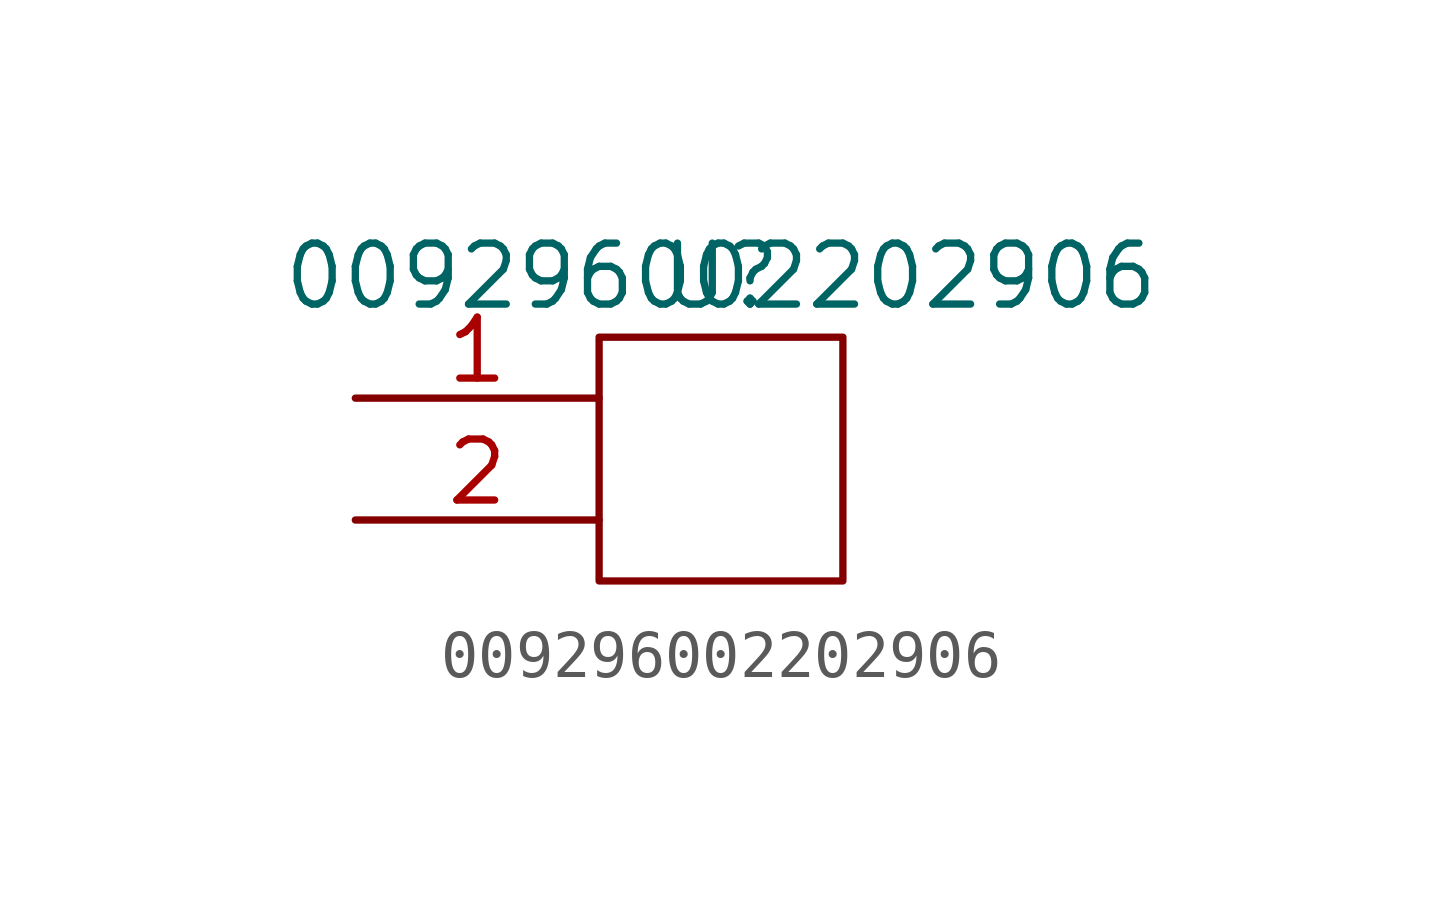
<source format=kicad_sym>
(kicad_symbol_lib
  (version 20211014)
  (generator kicad_symbol_editor)
  (symbol "009296002202906"
    (pin_names
      (offset 1.016))
    (property "Reference" "U"
      (at 0 3.81 0)
      (effects (font (size 1.27 1.27))))
    (property "Value" "009296002202906"
      (at 0 3.81 0)
      (effects (font (size 1.27 1.27))))
    (symbol "009296002202906_0_1"
      (rectangle (start -2.54 2.54) (end 2.54 -2.54) (stroke (width 0) (type default) (color 0 0 0 0)) (fill (type none))))
    (symbol "009296002202906_1_1"
      (pin passive line (at -7.62 1.27 0) (length 5.08) (name "~" (effects (font (size 1.27 1.27)))) (number "1" (effects (font (size 1.27 1.27)))))
      (pin passive line (at -7.62 -1.27 0) (length 5.08) (name "~" (effects (font (size 1.27 1.27)))) (number "2" (effects (font (size 1.27 1.27))))))))
</source>
